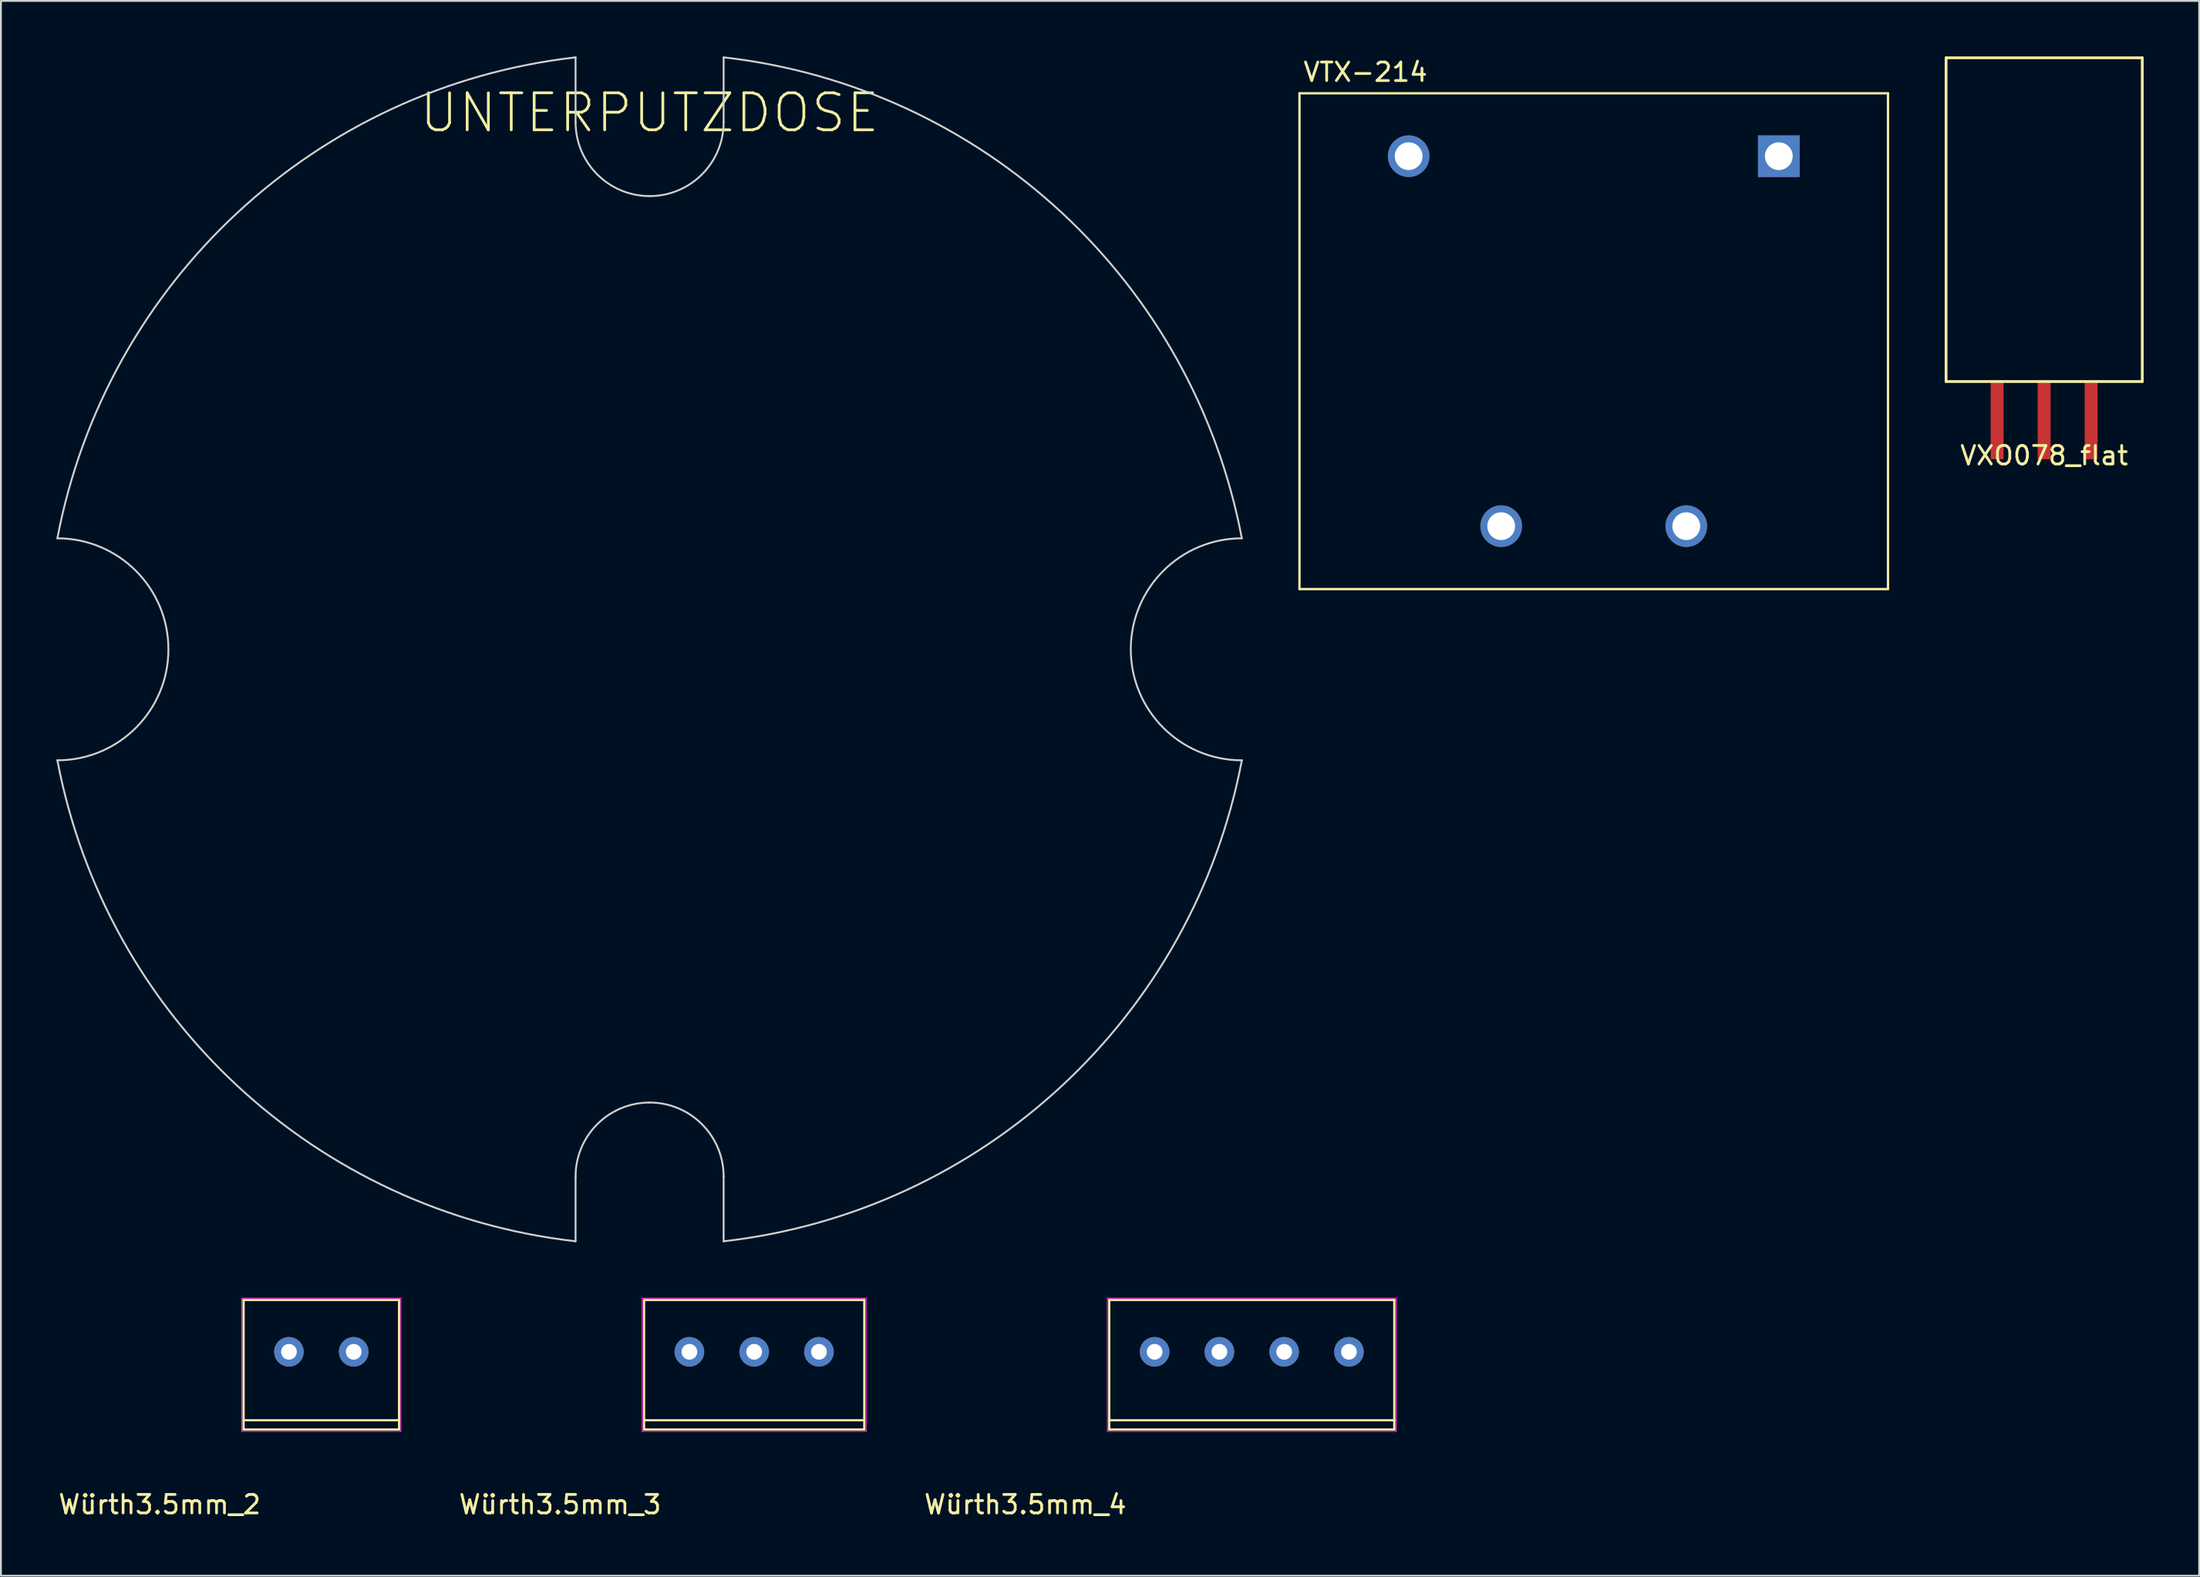
<source format=kicad_pcb>
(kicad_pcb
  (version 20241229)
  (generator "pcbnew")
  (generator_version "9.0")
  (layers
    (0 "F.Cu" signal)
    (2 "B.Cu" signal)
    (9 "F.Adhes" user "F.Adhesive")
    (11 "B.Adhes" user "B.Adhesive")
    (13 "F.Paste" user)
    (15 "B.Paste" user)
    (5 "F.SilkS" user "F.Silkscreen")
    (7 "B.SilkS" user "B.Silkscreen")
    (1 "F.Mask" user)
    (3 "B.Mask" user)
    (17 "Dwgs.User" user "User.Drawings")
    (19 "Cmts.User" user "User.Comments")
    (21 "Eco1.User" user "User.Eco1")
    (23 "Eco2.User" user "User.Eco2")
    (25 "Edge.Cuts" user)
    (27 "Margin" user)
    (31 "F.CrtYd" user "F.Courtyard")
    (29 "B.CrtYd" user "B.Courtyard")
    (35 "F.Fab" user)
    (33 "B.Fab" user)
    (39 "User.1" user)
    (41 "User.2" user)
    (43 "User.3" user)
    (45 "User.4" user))
  (footprint "Würth3.5mm_4"
    (layer "F.Cu")
    (at 59.337 70.025)
    (property "Reference" "Würth3.5mm_4" (at -6.985 8.255 0) (unlocked yes) (layer "F.SilkS") (effects (font (size 1 1) (thickness 0.15))))
    (attr through_hole)
    (fp_line (start -2.45 -2.8) (end 12.95 -2.8) (stroke (width 0.12) (type default)) (layer "F.SilkS"))
    (fp_line (start -2.45 3.7) (end 12.95 3.7) (stroke (width 0.12) (type default)) (layer "F.SilkS"))
    (fp_line (start -2.45 4.2) (end -2.45 -2.8) (stroke (width 0.12) (type default)) (layer "F.SilkS"))
    (fp_line (start 12.95 -2.8) (end 12.95 4.2) (stroke (width 0.12) (type default)) (layer "F.SilkS"))
    (fp_line (start 12.95 4.2) (end -2.45 4.2) (stroke (width 0.12) (type default)) (layer "F.SilkS"))
    (fp_line (start -2.55 -2.9) (end 13.05 -2.9) (stroke (width 0.05) (type default)) (layer "F.CrtYd"))
    (fp_line (start -2.55 4.3) (end -2.55 -2.9) (stroke (width 0.05) (type default)) (layer "F.CrtYd"))
    (fp_line (start 13.05 -2.9) (end 13.05 4.3) (stroke (width 0.05) (type default)) (layer "F.CrtYd"))
    (fp_line (start 13.05 4.3) (end -2.55 4.3) (stroke (width 0.05) (type default)) (layer "F.CrtYd"))
    (pad "1" thru_hole circle (at 0 0) (size 1.6 1.6) (drill 0.85) (layers "*.Cu" "*.Mask"))
    (pad "2" thru_hole circle (at 3.5 0) (size 1.6 1.6) (drill 0.85) (layers "*.Cu" "*.Mask"))
    (pad "3" thru_hole circle (at 7 0) (size 1.6 1.6) (drill 0.85) (layers "*.Cu" "*.Mask"))
    (pad "4" thru_hole circle (at 10.5 0) (size 1.6 1.6) (drill 0.85) (layers "*.Cu" "*.Mask")))
  (footprint "Würth3.5mm_2"
    (layer "F.Cu")
    (at 12.562 70.025)
    (property "Reference" "Würth3.5mm_2" (at -6.985 8.255 0) (unlocked yes) (layer "F.SilkS") (effects (font (size 1 1) (thickness 0.15))))
    (attr through_hole)
    (fp_line (start -2.45 -2.8) (end 5.95 -2.8) (stroke (width 0.12) (type default)) (layer "F.SilkS"))
    (fp_line (start -2.45 3.7) (end 5.95 3.7) (stroke (width 0.12) (type default)) (layer "F.SilkS"))
    (fp_line (start -2.45 4.2) (end -2.45 -2.8) (stroke (width 0.12) (type default)) (layer "F.SilkS"))
    (fp_line (start 5.95 -2.8) (end 5.95 4.2) (stroke (width 0.12) (type default)) (layer "F.SilkS"))
    (fp_line (start 5.95 4.2) (end -2.45 4.2) (stroke (width 0.12) (type default)) (layer "F.SilkS"))
    (fp_line (start -2.55 -2.9) (end 6.05 -2.9) (stroke (width 0.05) (type default)) (layer "F.CrtYd"))
    (fp_line (start -2.55 4.3) (end -2.55 -2.9) (stroke (width 0.05) (type default)) (layer "F.CrtYd"))
    (fp_line (start 6.05 -2.9) (end 6.05 4.3) (stroke (width 0.05) (type default)) (layer "F.CrtYd"))
    (fp_line (start 6.05 4.3) (end -2.55 4.3) (stroke (width 0.05) (type default)) (layer "F.CrtYd"))
    (pad "1" thru_hole circle (at 0 0) (size 1.6 1.6) (drill 0.85) (layers "*.Cu" "*.Mask"))
    (pad "2" thru_hole circle (at 3.5 0) (size 1.6 1.6) (drill 0.85) (layers "*.Cu" "*.Mask")))
  (footprint "UNTERPUTZDOSE"
    (layer "F.Cu")
    (at 32.05 32.05)
    (property "Reference" "UNTERPUTZDOSE" (at 0 -29 0) (layer "F.SilkS") (effects (font (size 2 2) (thickness 0.15))))
    (attr exclude_from_pos_files exclude_from_bom)
    (fp_line (start -4 -32) (end -4 -28.5) (stroke (width 0.1) (type solid)) (layer "Edge.Cuts"))
    (fp_line (start -4 32) (end -4 28.5) (stroke (width 0.1) (type solid)) (layer "Edge.Cuts"))
    (fp_line (start 4 -28.5) (end 4 -32) (stroke (width 0.1) (type solid)) (layer "Edge.Cuts"))
    (fp_line (start 4 28.5) (end 4 32) (stroke (width 0.1) (type solid)) (layer "Edge.Cuts"))
    (fp_arc (start -32 -6) (mid -26 0) (end -32 6) (stroke (width 0.1) (type solid)) (layer "Edge.Cuts"))
    (fp_arc (start -32 -6) (mid -22.272215 -23.600848) (end -3.999999 -32.000001) (stroke (width 0.1) (type solid)) (layer "Edge.Cuts"))
    (fp_arc (start -4 28.5) (mid -2.828427 25.671573) (end 0 24.5) (stroke (width 0.1) (type solid)) (layer "Edge.Cuts"))
    (fp_arc (start -3.999999 32.000001) (mid -22.272215 23.600848) (end -32 6) (stroke (width 0.1) (type solid)) (layer "Edge.Cuts"))
    (fp_arc (start 0 -24.5) (mid -2.828427 -25.671573) (end -4 -28.5) (stroke (width 0.1) (type solid)) (layer "Edge.Cuts"))
    (fp_arc (start 0 24.5) (mid 2.828427 25.671573) (end 4 28.5) (stroke (width 0.1) (type solid)) (layer "Edge.Cuts"))
    (fp_arc (start 3.999999 -32.000001) (mid 22.272215 -23.600848) (end 32 -6) (stroke (width 0.1) (type solid)) (layer "Edge.Cuts"))
    (fp_arc (start 4 -28.5) (mid 2.828427 -25.671573) (end 0 -24.5) (stroke (width 0.1) (type solid)) (layer "Edge.Cuts"))
    (fp_arc (start 32 6) (mid 22.272215 23.600848) (end 3.999999 32.000001) (stroke (width 0.1) (type solid)) (layer "Edge.Cuts"))
    (fp_arc (start 32 6) (mid 26 0) (end 32 -6) (stroke (width 0.1) (type solid)) (layer "Edge.Cuts")))
  (footprint "VXO078_flat"
    (layer "F.Cu")
    (at 107.402 17.575)
    (property "Reference" "VXO078_flat" (at 0 4 0) (layer "F.SilkS") (effects (font (size 1 1) (thickness 0.15))))
    (attr through_hole)
    (fp_line (start -5.3 -17.5) (end -5.3 0) (stroke (width 0.15) (type solid)) (layer "F.SilkS"))
    (fp_line (start -5.3 0) (end 5.3 0) (stroke (width 0.15) (type solid)) (layer "F.SilkS"))
    (fp_line (start 5.3 -17.5) (end -5.3 -17.5) (stroke (width 0.15) (type solid)) (layer "F.SilkS"))
    (fp_line (start 5.3 0) (end 5.3 -17.5) (stroke (width 0.15) (type solid)) (layer "F.SilkS"))
    (pad "1" smd rect (at -2.54 0) (size 0.7 4.2) (drill (offset 0 2.1)) (layers "F.Cu" "F.Mask" "F.Paste"))
    (pad "2" smd rect (at 0 0) (size 0.7 4.2) (drill (offset 0 2.1)) (layers "F.Cu" "F.Mask" "F.Paste"))
    (pad "3" smd rect (at 2.54 0) (size 0.7 4.2) (drill (offset 0 2.1)) (layers "F.Cu" "F.Mask" "F.Paste")))
  (footprint "Würth3.5mm_3"
    (layer "F.Cu")
    (at 34.2 70.025)
    (property "Reference" "Würth3.5mm_3" (at -6.985 8.255 0) (unlocked yes) (layer "F.SilkS") (effects (font (size 1 1) (thickness 0.15))))
    (attr through_hole)
    (fp_line (start -2.45 -2.8) (end 9.45 -2.8) (stroke (width 0.12) (type default)) (layer "F.SilkS"))
    (fp_line (start -2.45 3.7) (end 9.45 3.7) (stroke (width 0.12) (type default)) (layer "F.SilkS"))
    (fp_line (start -2.45 4.2) (end -2.45 -2.8) (stroke (width 0.12) (type default)) (layer "F.SilkS"))
    (fp_line (start 9.45 -2.8) (end 9.45 4.2) (stroke (width 0.12) (type default)) (layer "F.SilkS"))
    (fp_line (start 9.45 4.2) (end -2.45 4.2) (stroke (width 0.12) (type default)) (layer "F.SilkS"))
    (fp_line (start -2.55 -2.9) (end 9.55 -2.9) (stroke (width 0.05) (type default)) (layer "F.CrtYd"))
    (fp_line (start -2.55 4.3) (end -2.55 -2.9) (stroke (width 0.05) (type default)) (layer "F.CrtYd"))
    (fp_line (start 9.55 -2.9) (end 9.55 4.3) (stroke (width 0.05) (type default)) (layer "F.CrtYd"))
    (fp_line (start 9.55 4.3) (end -2.55 4.3) (stroke (width 0.05) (type default)) (layer "F.CrtYd"))
    (pad "1" thru_hole circle (at 0 0) (size 1.6 1.6) (drill 0.85) (layers "*.Cu" "*.Mask"))
    (pad "2" thru_hole circle (at 3.5 0) (size 1.6 1.6) (drill 0.85) (layers "*.Cu" "*.Mask"))
    (pad "3" thru_hole circle (at 7 0) (size 1.6 1.6) (drill 0.85) (layers "*.Cu" "*.Mask")))
  (footprint "VTX-214"
    (layer "F.Cu")
    (at 83.064 15.393)
    (property "Reference" "VTX-214" (at -12.333 -14.545 0) (layer "F.SilkS") (effects (font (size 1.001 1.001) (thickness 0.15))))
    (attr through_hole)
    (fp_line (start -15.9 -13.4) (end -15.9 13.4) (stroke (width 0.127) (type solid)) (layer "F.SilkS"))
    (fp_line (start 15.9 -13.4) (end -15.9 -13.4) (stroke (width 0.127) (type solid)) (layer "F.SilkS"))
    (fp_line (start 15.9 -13.4) (end 15.9 13.4) (stroke (width 0.127) (type solid)) (layer "F.SilkS"))
    (fp_line (start 15.9 13.4) (end -15.9 13.4) (stroke (width 0.127) (type solid)) (layer "F.SilkS"))
    (pad "1" thru_hole rect (at 10 -10) (size 2.25 2.25) (drill 1.5) (layers "*.Cu" "*.Mask"))
    (pad "2" thru_hole circle (at -10 -10) (size 2.25 2.25) (drill 1.5) (layers "*.Cu" "*.Mask"))
    (pad "3" thru_hole circle (at -5 10) (size 2.25 2.25) (drill 1.5) (layers "*.Cu" "*.Mask"))
    (pad "4" thru_hole circle (at 5 10) (size 2.25 2.25) (drill 1.5) (layers "*.Cu" "*.Mask")))
  (gr_rect
    (start -3 -3)
    (end 115.777 82.128)
    (stroke (width 0.1) (type default))
    (fill no)
    (layer "Edge.Cuts")))
</source>
